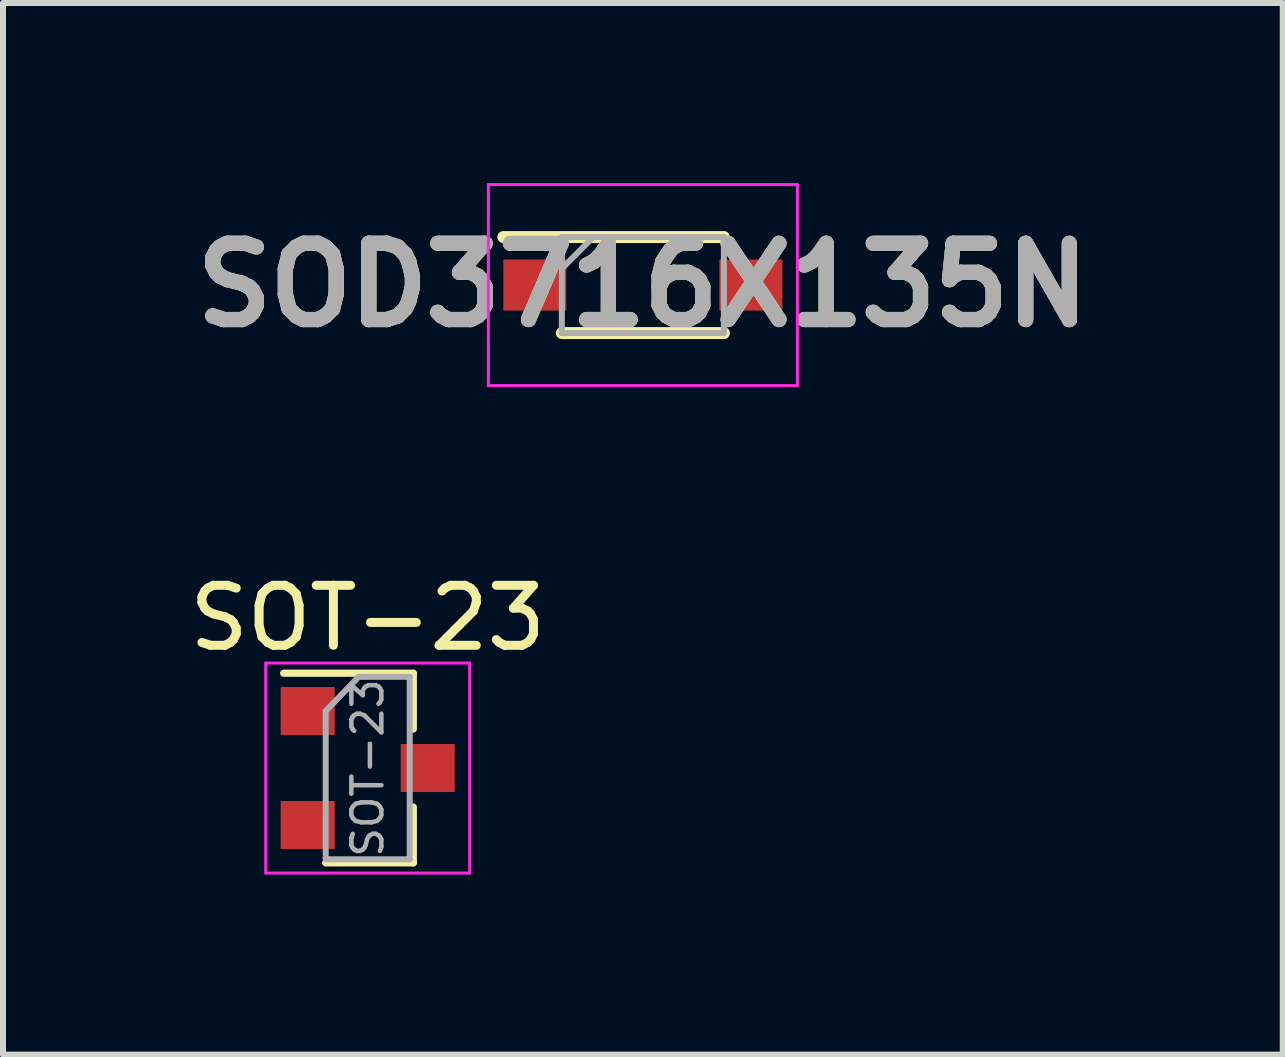
<source format=kicad_pcb>
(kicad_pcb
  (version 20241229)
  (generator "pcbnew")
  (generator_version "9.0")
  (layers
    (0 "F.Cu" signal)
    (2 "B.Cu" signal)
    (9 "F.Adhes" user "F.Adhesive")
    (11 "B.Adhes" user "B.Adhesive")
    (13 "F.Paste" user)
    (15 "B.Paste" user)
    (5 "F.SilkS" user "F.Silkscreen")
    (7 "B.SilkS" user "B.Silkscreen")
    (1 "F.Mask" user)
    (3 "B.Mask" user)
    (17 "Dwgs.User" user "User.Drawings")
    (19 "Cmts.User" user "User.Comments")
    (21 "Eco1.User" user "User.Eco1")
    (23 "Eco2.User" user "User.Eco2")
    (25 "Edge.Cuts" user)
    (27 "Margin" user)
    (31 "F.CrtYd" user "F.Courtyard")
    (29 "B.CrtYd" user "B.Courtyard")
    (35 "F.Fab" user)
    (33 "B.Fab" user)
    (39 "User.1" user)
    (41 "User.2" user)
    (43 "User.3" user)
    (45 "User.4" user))
  (footprint "SOT-23"
    (layer "F.Cu")
    (at 3.077 9.748)
    (property "Reference" "SOT-23" (at 0 -2.5 180) (layer "F.SilkS") (effects (font (size 1 1) (thickness 0.15))))
    (attr smd)
    (fp_line (start 0.76 -1.58) (end -1.4 -1.58) (stroke (width 0.12) (type solid)) (layer "F.SilkS"))
    (fp_line (start 0.76 -1.58) (end 0.76 -0.65) (stroke (width 0.12) (type solid)) (layer "F.SilkS"))
    (fp_line (start 0.76 1.58) (end -0.7 1.58) (stroke (width 0.12) (type solid)) (layer "F.SilkS"))
    (fp_line (start 0.76 1.58) (end 0.76 0.65) (stroke (width 0.12) (type solid)) (layer "F.SilkS"))
    (fp_line (start -1.7 -1.75) (end 1.7 -1.75) (stroke (width 0.05) (type solid)) (layer "F.CrtYd"))
    (fp_line (start -1.7 1.75) (end -1.7 -1.75) (stroke (width 0.05) (type solid)) (layer "F.CrtYd"))
    (fp_line (start 1.7 -1.75) (end 1.7 1.75) (stroke (width 0.05) (type solid)) (layer "F.CrtYd"))
    (fp_line (start 1.7 1.75) (end -1.7 1.75) (stroke (width 0.05) (type solid)) (layer "F.CrtYd"))
    (fp_line (start -0.7 -0.95) (end -0.7 1.5) (stroke (width 0.1) (type solid)) (layer "F.Fab"))
    (fp_line (start -0.7 -0.95) (end -0.15 -1.52) (stroke (width 0.1) (type solid)) (layer "F.Fab"))
    (fp_line (start -0.7 1.52) (end 0.7 1.52) (stroke (width 0.1) (type solid)) (layer "F.Fab"))
    (fp_line (start -0.15 -1.52) (end 0.7 -1.52) (stroke (width 0.1) (type solid)) (layer "F.Fab"))
    (fp_line (start 0.7 -1.52) (end 0.7 1.52) (stroke (width 0.1) (type solid)) (layer "F.Fab"))
    (fp_text user "${REFERENCE}" (at 0 0 270) (layer "F.Fab") (effects (font (size 0.5 0.5) (thickness 0.075))))
    (pad "1" smd rect (at 1 0) (size 0.9 0.8) (layers "F.Cu" "F.Mask" "F.Paste"))
    (pad "2" smd rect (at -1 -0.95) (size 0.9 0.8) (layers "F.Cu" "F.Mask" "F.Paste"))
    (pad "3" smd rect (at -1 0.95) (size 0.9 0.8) (layers "F.Cu" "F.Mask" "F.Paste")))
  (footprint "SOD3716X135N"
    (layer "F.Cu")
    (at 7.662 1.7)
    (property "Reference" "SOD3716X135N" (at 0 0 0) (layer "F.SilkS") (effects (font (size 1.27 1.27) (thickness 0.254))))
    (attr smd)
    (fp_line (start -2.325 -0.8) (end 1.35 -0.8) (stroke (width 0.2) (type solid)) (layer "F.SilkS"))
    (fp_line (start -1.35 0.8) (end 1.35 0.8) (stroke (width 0.2) (type solid)) (layer "F.SilkS"))
    (fp_line (start -2.575 -1.675) (end 2.575 -1.675) (stroke (width 0.05) (type solid)) (layer "F.CrtYd"))
    (fp_line (start -2.575 1.675) (end -2.575 -1.675) (stroke (width 0.05) (type solid)) (layer "F.CrtYd"))
    (fp_line (start 2.575 -1.675) (end 2.575 1.675) (stroke (width 0.05) (type solid)) (layer "F.CrtYd"))
    (fp_line (start 2.575 1.675) (end -2.575 1.675) (stroke (width 0.05) (type solid)) (layer "F.CrtYd"))
    (fp_line (start -1.35 -0.8) (end 1.35 -0.8) (stroke (width 0.1) (type solid)) (layer "F.Fab"))
    (fp_line (start -1.35 -0.275) (end -0.825 -0.8) (stroke (width 0.1) (type solid)) (layer "F.Fab"))
    (fp_line (start -1.35 0.8) (end -1.35 -0.8) (stroke (width 0.1) (type solid)) (layer "F.Fab"))
    (fp_line (start 1.35 -0.8) (end 1.35 0.8) (stroke (width 0.1) (type solid)) (layer "F.Fab"))
    (fp_line (start 1.35 0.8) (end -1.35 0.8) (stroke (width 0.1) (type solid)) (layer "F.Fab"))
    (fp_text user "${REFERENCE}" (at 0 0 0) (layer "F.Fab") (effects (font (size 1.27 1.27) (thickness 0.254))))
    (pad "1" smd rect (at -1.8 0 90) (size 0.85 1.05) (layers "F.Cu" "F.Mask" "F.Paste"))
    (pad "2" smd rect (at 1.8 0 90) (size 0.85 1.05) (layers "F.Cu" "F.Mask" "F.Paste")))
  (gr_rect
    (start -3 -3)
    (end 18.325 14.523)
    (stroke (width 0.1) (type default))
    (fill no)
    (layer "Edge.Cuts")))
</source>
